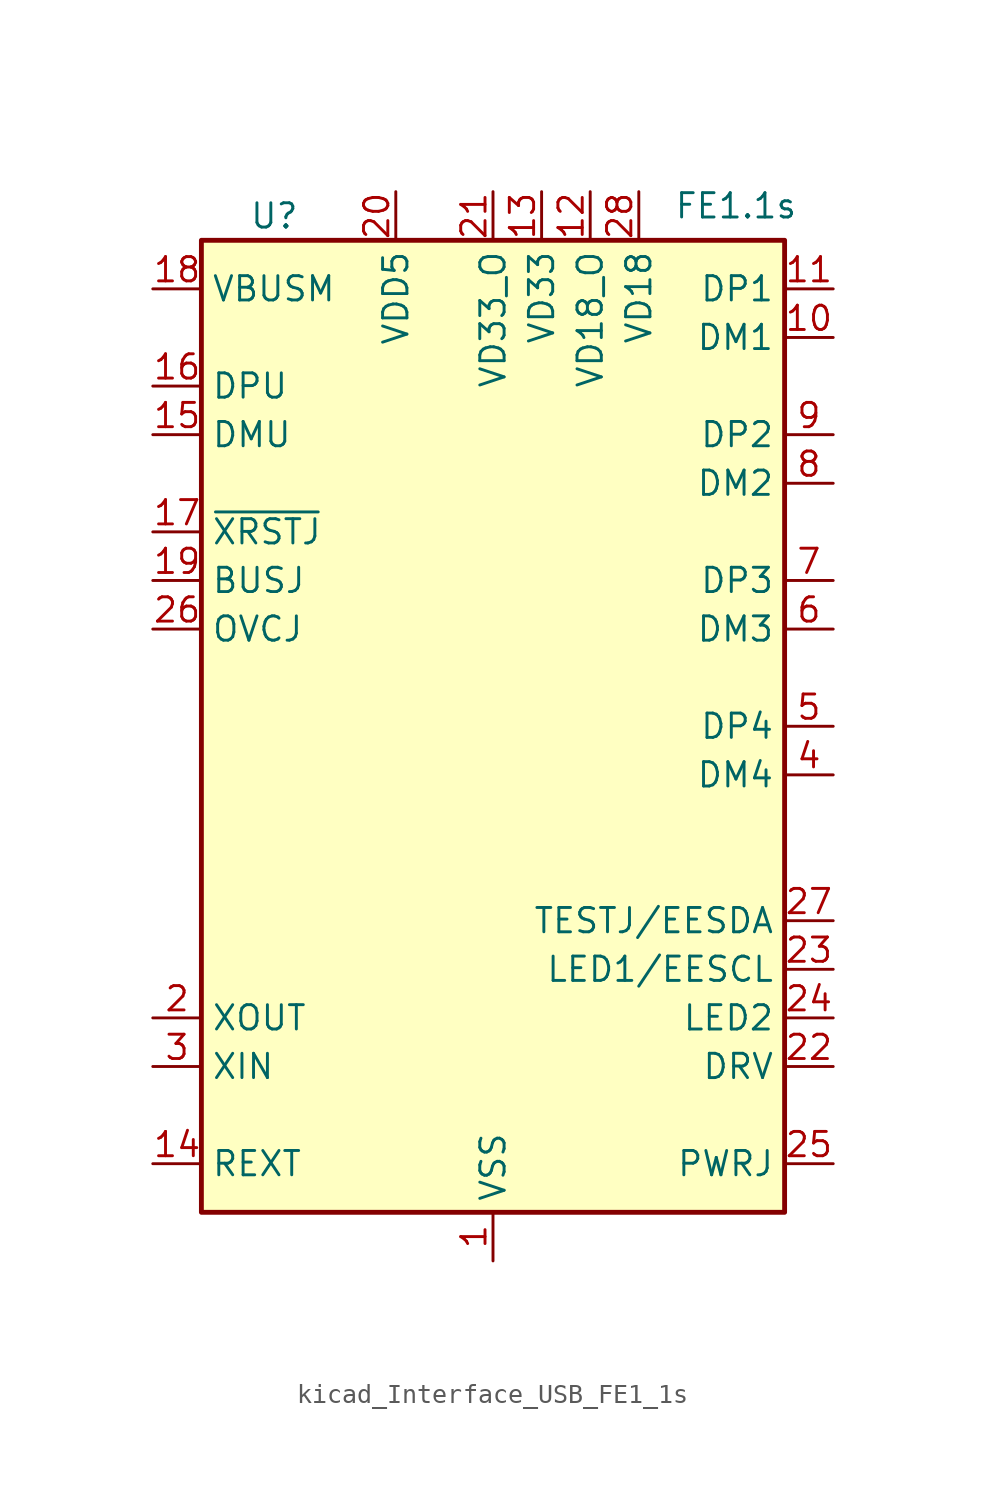
<source format=kicad_sym>
(kicad_symbol_lib
  (version 20220914)
  (generator kicad_symbol_editor)
  (symbol "kicad_Interface_USB_FE1_1s"
    (property "Reference" "U"
      (at -11.43 26.67 0)
      (effects (font (size 1.27 1.27))))
    (property "Value" "FE1.1s"
      (at 12.7 27.94 0)
      (effects (font (size 1.27 1.27)) (justify top)))
    (symbol "kicad_Interface_USB_FE1_1s_0_1"
      (rectangle (start -15.24 25.4) (end 15.24 -25.4) (stroke (width 0.254) (type default)) (fill (type background))))
    (symbol "kicad_Interface_USB_FE1_1s_1_1"
      (pin power_in line (at 0 -27.94 90) (length 2.54) (name "VSS" (effects (font (size 1.27 1.27)))) (number "1" (effects (font (size 1.27 1.27)))))
      (pin bidirectional line (at 17.78 20.32 180) (length 2.54) (name "DM1" (effects (font (size 1.27 1.27)))) (number "10" (effects (font (size 1.27 1.27)))))
      (pin bidirectional line (at 17.78 22.86 180) (length 2.54) (name "DP1" (effects (font (size 1.27 1.27)))) (number "11" (effects (font (size 1.27 1.27)))))
      (pin power_out line (at 5.08 27.94 270) (length 2.54) (name "VD18_O" (effects (font (size 1.27 1.27)))) (number "12" (effects (font (size 1.27 1.27)))))
      (pin power_in line (at 2.54 27.94 270) (length 2.54) (name "VD33" (effects (font (size 1.27 1.27)))) (number "13" (effects (font (size 1.27 1.27)))))
      (pin passive line (at -17.78 -22.86 0) (length 2.54) (name "REXT" (effects (font (size 1.27 1.27)))) (number "14" (effects (font (size 1.27 1.27)))))
      (pin bidirectional line (at -17.78 15.24 0) (length 2.54) (name "DMU" (effects (font (size 1.27 1.27)))) (number "15" (effects (font (size 1.27 1.27)))))
      (pin bidirectional line (at -17.78 17.78 0) (length 2.54) (name "DPU" (effects (font (size 1.27 1.27)))) (number "16" (effects (font (size 1.27 1.27)))))
      (pin input line (at -17.78 10.16 0) (length 2.54) (name "~{XRSTJ}" (effects (font (size 1.27 1.27)))) (number "17" (effects (font (size 1.27 1.27)))))
      (pin input line (at -17.78 22.86 0) (length 2.54) (name "VBUSM" (effects (font (size 1.27 1.27)))) (number "18" (effects (font (size 1.27 1.27)))))
      (pin input line (at -17.78 7.62 0) (length 2.54) (name "BUSJ" (effects (font (size 1.27 1.27)))) (number "19" (effects (font (size 1.27 1.27)))))
      (pin output line (at -17.78 -15.24 0) (length 2.54) (name "XOUT" (effects (font (size 1.27 1.27)))) (number "2" (effects (font (size 1.27 1.27)))))
      (pin power_in line (at -5.08 27.94 270) (length 2.54) (name "VDD5" (effects (font (size 1.27 1.27)))) (number "20" (effects (font (size 1.27 1.27)))))
      (pin power_out line (at 0 27.94 270) (length 2.54) (name "VD33_O" (effects (font (size 1.27 1.27)))) (number "21" (effects (font (size 1.27 1.27)))))
      (pin bidirectional line (at 17.78 -17.78 180) (length 2.54) (name "DRV" (effects (font (size 1.27 1.27)))) (number "22" (effects (font (size 1.27 1.27)))))
      (pin bidirectional line (at 17.78 -12.7 180) (length 2.54) (name "LED1/EESCL" (effects (font (size 1.27 1.27)))) (number "23" (effects (font (size 1.27 1.27)))))
      (pin bidirectional line (at 17.78 -15.24 180) (length 2.54) (name "LED2" (effects (font (size 1.27 1.27)))) (number "24" (effects (font (size 1.27 1.27)))))
      (pin output line (at 17.78 -22.86 180) (length 2.54) (name "PWRJ" (effects (font (size 1.27 1.27)))) (number "25" (effects (font (size 1.27 1.27)))))
      (pin input line (at -17.78 5.08 0) (length 2.54) (name "OVCJ" (effects (font (size 1.27 1.27)))) (number "26" (effects (font (size 1.27 1.27)))))
      (pin bidirectional line (at 17.78 -10.16 180) (length 2.54) (name "TESTJ/EESDA" (effects (font (size 1.27 1.27)))) (number "27" (effects (font (size 1.27 1.27)))))
      (pin power_in line (at 7.62 27.94 270) (length 2.54) (name "VD18" (effects (font (size 1.27 1.27)))) (number "28" (effects (font (size 1.27 1.27)))))
      (pin input line (at -17.78 -17.78 0) (length 2.54) (name "XIN" (effects (font (size 1.27 1.27)))) (number "3" (effects (font (size 1.27 1.27)))))
      (pin bidirectional line (at 17.78 -2.54 180) (length 2.54) (name "DM4" (effects (font (size 1.27 1.27)))) (number "4" (effects (font (size 1.27 1.27)))))
      (pin bidirectional line (at 17.78 0 180) (length 2.54) (name "DP4" (effects (font (size 1.27 1.27)))) (number "5" (effects (font (size 1.27 1.27)))))
      (pin bidirectional line (at 17.78 5.08 180) (length 2.54) (name "DM3" (effects (font (size 1.27 1.27)))) (number "6" (effects (font (size 1.27 1.27)))))
      (pin bidirectional line (at 17.78 7.62 180) (length 2.54) (name "DP3" (effects (font (size 1.27 1.27)))) (number "7" (effects (font (size 1.27 1.27)))))
      (pin bidirectional line (at 17.78 12.7 180) (length 2.54) (name "DM2" (effects (font (size 1.27 1.27)))) (number "8" (effects (font (size 1.27 1.27)))))
      (pin bidirectional line (at 17.78 15.24 180) (length 2.54) (name "DP2" (effects (font (size 1.27 1.27)))) (number "9" (effects (font (size 1.27 1.27))))))))
</source>
